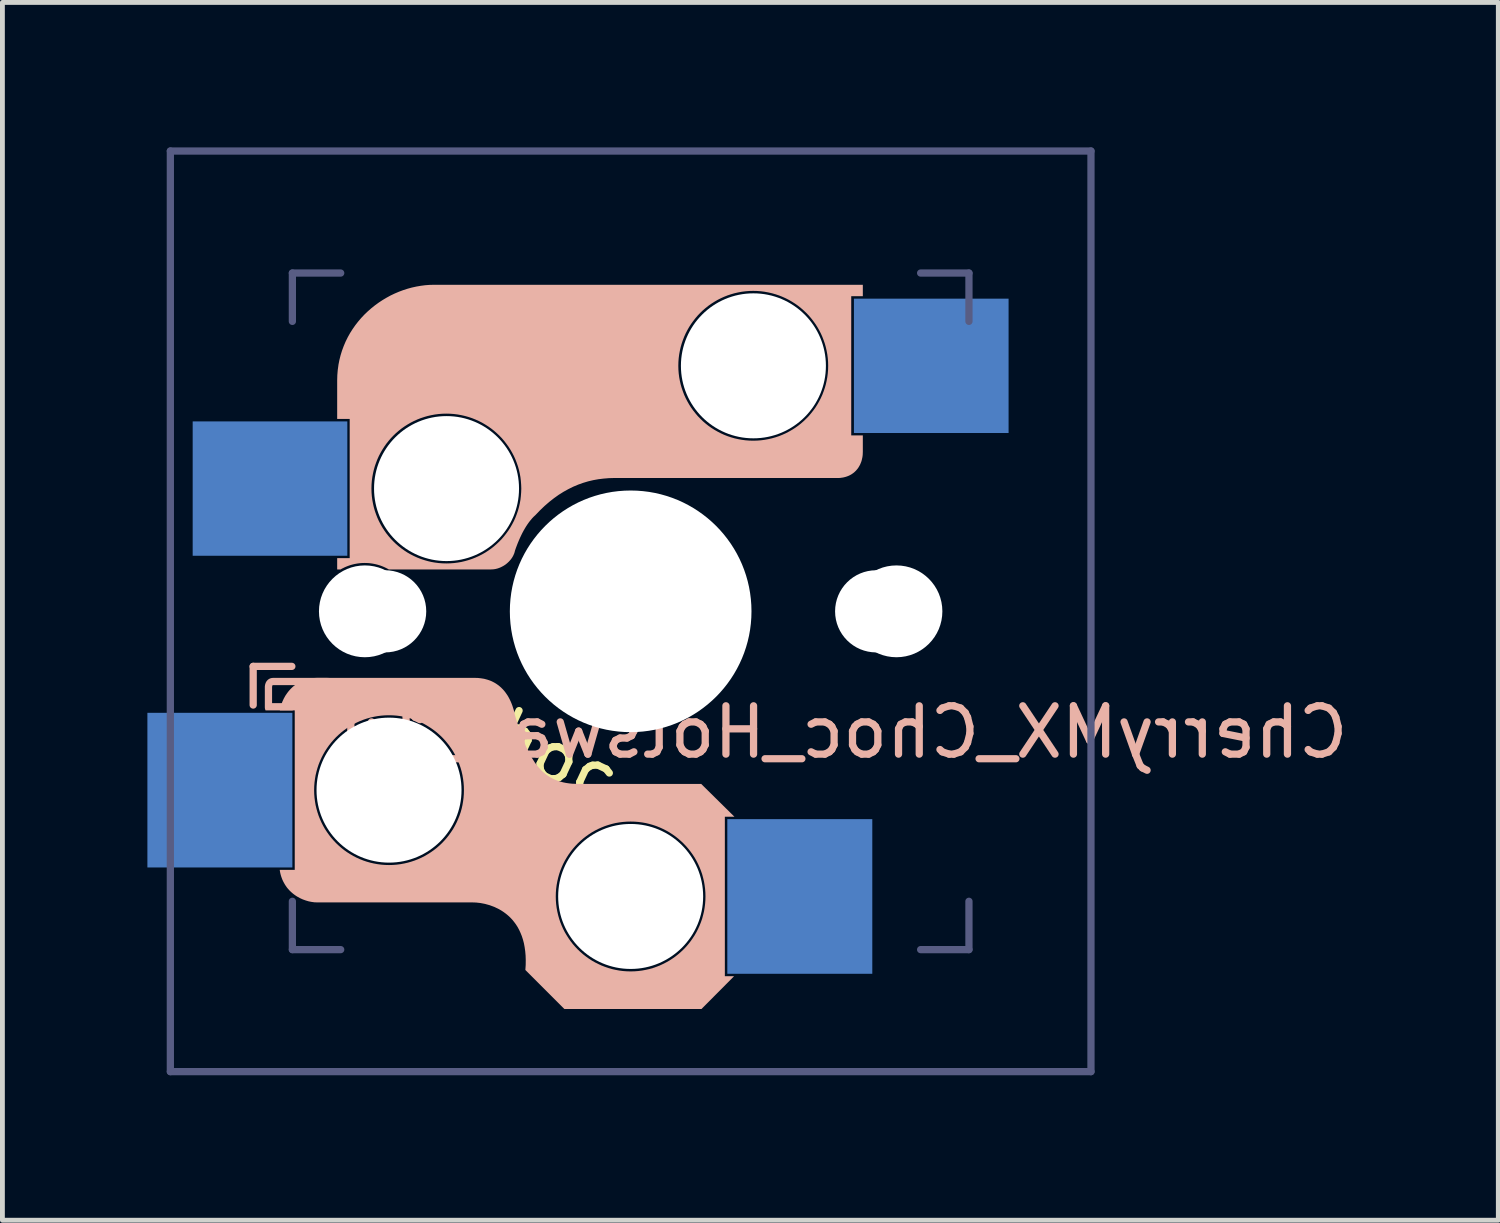
<source format=kicad_pcb>
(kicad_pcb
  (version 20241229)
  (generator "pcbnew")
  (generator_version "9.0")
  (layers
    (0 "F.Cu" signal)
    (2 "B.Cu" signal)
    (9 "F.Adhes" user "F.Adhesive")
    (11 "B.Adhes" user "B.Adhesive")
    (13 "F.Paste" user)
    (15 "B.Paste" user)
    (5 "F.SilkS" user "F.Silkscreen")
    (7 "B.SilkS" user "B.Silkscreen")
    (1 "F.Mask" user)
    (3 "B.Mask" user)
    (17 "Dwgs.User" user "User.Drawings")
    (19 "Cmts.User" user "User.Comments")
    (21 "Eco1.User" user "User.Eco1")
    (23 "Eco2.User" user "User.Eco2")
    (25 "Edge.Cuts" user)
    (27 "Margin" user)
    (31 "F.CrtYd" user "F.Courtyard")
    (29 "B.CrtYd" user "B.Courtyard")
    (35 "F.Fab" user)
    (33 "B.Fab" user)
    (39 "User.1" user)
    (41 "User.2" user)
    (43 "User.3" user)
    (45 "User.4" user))
  (footprint "CherryMX_Choc_Hotswap_1u"
    (layer "F.Cu")
    (at 10 9.6)
    (property "Reference" "CherryMX_Choc_Hotswap_1u" (at 4.4 2.5 0) (unlocked yes) (layer "B.SilkS") (effects (font (size 1 1) (thickness 0.15)) (justify mirror)))
    (attr through_hole)
    (fp_line (start -7.811 1.139) (end -7.011 1.139) (stroke (width 0.15) (type solid)) (layer "B.SilkS"))
    (fp_line (start -7.811 1.939) (end -7.811 1.139) (stroke (width 0.15) (type solid)) (layer "B.SilkS"))
    (fp_poly (pts (xy -6.26 1.378) (xy -6.301 1.381) (xy -6.34 1.386) (xy -6.379 1.393) (xy -6.416 1.401) (xy -6.452 1.411) (xy -6.487 1.422) (xy -6.521 1.435) (xy -6.554 1.45) (xy -6.586 1.466) (xy -6.616 1.484) (xy -6.646 1.502) (xy -6.674 1.522) (xy -6.702 1.543) (xy -6.728 1.565) (xy -6.753 1.589) (xy -6.777 1.613) (xy -6.799 1.638) (xy -6.841 1.691) (xy -6.879 1.746) (xy -6.911 1.804) (xy -6.939 1.864) (xy -6.962 1.925) (xy -6.98 1.987) (xy -6.993 2.05) (xy -7.555 2.05) (xy -7.557 2.046) (xy -7.558 2.042) (xy -7.56 2.038) (xy -7.561 2.034) (xy -7.563 2.03) (xy -7.564 2.026) (xy -7.565 2.022) (xy -7.566 2.018) (xy -7.567 2.014) (xy -7.568 2.01) (xy -7.568 2.006) (xy -7.569 2.002) (xy -7.569 1.997) (xy -7.57 1.993) (xy -7.57 1.989) (xy -7.57 1.985) (xy -7.57 1.571) (xy -7.42 1.571) (xy -7.42 1.9) (xy -7.111 1.9) (xy -7.103 1.875) (xy -7.095 1.85) (xy -7.086 1.825) (xy -7.076 1.8) (xy -7.065 1.776) (xy -7.054 1.752) (xy -7.042 1.728) (xy -7.029 1.704) (xy -7.015 1.681) (xy -7.001 1.657) (xy -6.987 1.635) (xy -6.971 1.612) (xy -6.955 1.59) (xy -6.939 1.569) (xy -6.921 1.548) (xy -6.903 1.527) (xy -7.399 1.527) (xy -7.401 1.527) (xy -7.403 1.527) (xy -7.404 1.528) (xy -7.405 1.528) (xy -7.407 1.528) (xy -7.408 1.529) (xy -7.409 1.53) (xy -7.41 1.531) (xy -7.411 1.532) (xy -7.412 1.533) (xy -7.413 1.534) (xy -7.414 1.535) (xy -7.414 1.536) (xy -7.415 1.538) (xy -7.416 1.539) (xy -7.416 1.541) (xy -7.417 1.542) (xy -7.417 1.544) (xy -7.417 1.545) (xy -7.418 1.547) (xy -7.418 1.549) (xy -7.418 1.551) (xy -7.419 1.555) (xy -7.419 1.558) (xy -7.419 1.562) (xy -7.42 1.566) (xy -7.42 1.571) (xy -7.57 1.571) (xy -7.57 1.559) (xy -7.569 1.549) (xy -7.568 1.538) (xy -7.566 1.528) (xy -7.564 1.518) (xy -7.562 1.508) (xy -7.559 1.499) (xy -7.556 1.49) (xy -7.553 1.481) (xy -7.549 1.473) (xy -7.545 1.465) (xy -7.54 1.457) (xy -7.536 1.449) (xy -7.531 1.442) (xy -7.525 1.436) (xy -7.519 1.429) (xy -7.514 1.423) (xy -7.507 1.417) (xy -7.501 1.412) (xy -7.494 1.407) (xy -7.487 1.402) (xy -7.48 1.398) (xy -7.473 1.394) (xy -7.465 1.391) (xy -7.458 1.388) (xy -7.45 1.385) (xy -7.442 1.383) (xy -7.433 1.381) (xy -7.425 1.379) (xy -7.417 1.378) (xy -7.408 1.378) (xy -7.399 1.377) (xy -6.219 1.377)) (stroke (width -0.000001) (type solid)) (fill yes) (layer "B.SilkS"))
    (fp_poly (pts (xy -3.157 1.379) (xy -3.095 1.386) (xy -3.032 1.396) (xy -2.969 1.413) (xy -2.938 1.423) (xy -2.907 1.434) (xy -2.876 1.447) (xy -2.846 1.462) (xy -2.816 1.478) (xy -2.786 1.496) (xy -2.757 1.516) (xy -2.728 1.537) (xy -2.7 1.561) (xy -2.673 1.586) (xy -2.646 1.613) (xy -2.62 1.642) (xy -2.595 1.673) (xy -2.571 1.707) (xy -2.547 1.742) (xy -2.525 1.78) (xy -2.504 1.82) (xy -2.484 1.862) (xy -2.465 1.907) (xy -2.447 1.954) (xy -2.431 2.004) (xy -2.415 2.056) (xy -2.402 2.111) (xy -2.389 2.168) (xy -2.336 2.34) (xy -2.281 2.5) (xy -2.226 2.649) (xy -2.169 2.787) (xy -2.11 2.913) (xy -2.047 3.028) (xy -1.981 3.132) (xy -1.909 3.225) (xy -1.871 3.267) (xy -1.832 3.307) (xy -1.791 3.343) (xy -1.749 3.377) (xy -1.704 3.409) (xy -1.658 3.437) (xy -1.61 3.463) (xy -1.56 3.486) (xy -1.508 3.506) (xy -1.453 3.524) (xy -1.396 3.539) (xy -1.337 3.551) (xy -1.275 3.56) (xy -1.211 3.567) (xy -1.074 3.572) (xy 1.46 3.572) (xy 2.147 4.25) (xy 1.949 4.25) (xy 1.949 7.55) (xy 2.14 7.55) (xy 1.465 8.229) (xy -1.372 8.229) (xy -2.179 7.421) (xy -2.172 7.317) (xy -2.171 7.217) (xy -2.174 7.123) (xy -2.182 7.033) (xy -2.194 6.948) (xy -2.209 6.868) (xy -2.229 6.792) (xy -2.252 6.721) (xy -2.279 6.654) (xy -2.308 6.591) (xy -2.34 6.532) (xy -2.375 6.477) (xy -2.413 6.426) (xy -2.452 6.378) (xy -2.494 6.334) (xy -2.537 6.294) (xy -2.582 6.257) (xy -2.628 6.223) (xy -2.675 6.192) (xy -2.723 6.164) (xy -2.82 6.117) (xy -2.917 6.081) (xy -3.014 6.054) (xy -3.107 6.036) (xy -3.195 6.026) (xy -3.277 6.023) (xy -6.485 6.023) (xy -6.543 6.021) (xy -6.602 6.013) (xy -6.663 6.001) (xy -6.724 5.983) (xy -6.785 5.961) (xy -6.846 5.933) (xy -6.905 5.9) (xy -6.905 5.9) (xy -1.55 5.9) (xy -1.548 5.979) (xy -1.542 6.058) (xy -1.532 6.136) (xy -1.518 6.212) (xy -1.501 6.287) (xy -1.48 6.361) (xy -1.456 6.433) (xy -1.428 6.503) (xy -1.397 6.572) (xy -1.363 6.639) (xy -1.325 6.703) (xy -1.285 6.766) (xy -1.242 6.827) (xy -1.196 6.886) (xy -1.147 6.942) (xy -1.096 6.996) (xy -1.042 7.047) (xy -0.986 7.096) (xy -0.927 7.142) (xy -0.867 7.185) (xy -0.804 7.226) (xy -0.739 7.263) (xy -0.672 7.297) (xy -0.603 7.329) (xy -0.533 7.356) (xy -0.461 7.381) (xy -0.388 7.402) (xy -0.313 7.419) (xy -0.236 7.433) (xy -0.159 7.443) (xy -0.08 7.449) (xy -0.001 7.451) (xy 0.079 7.449) (xy 0.157 7.443) (xy 0.235 7.433) (xy 0.311 7.419) (xy 0.386 7.402) (xy 0.46 7.381) (xy 0.532 7.356) (xy 0.602 7.329) (xy 0.67 7.297) (xy 0.737 7.263) (xy 0.802 7.226) (xy 0.865 7.185) (xy 0.926 7.142) (xy 0.984 7.096) (xy 1.04 7.047) (xy 1.094 6.996) (xy 1.146 6.942) (xy 1.194 6.886) (xy 1.24 6.827) (xy 1.283 6.766) (xy 1.324 6.703) (xy 1.361 6.639) (xy 1.395 6.572) (xy 1.426 6.503) (xy 1.454 6.433) (xy 1.479 6.361) (xy 1.499 6.287) (xy 1.517 6.212) (xy 1.53 6.136) (xy 1.54 6.058) (xy 1.546 5.979) (xy 1.548 5.9) (xy 1.546 5.82) (xy 1.54 5.741) (xy 1.53 5.664) (xy 1.517 5.588) (xy 1.499 5.513) (xy 1.479 5.439) (xy 1.454 5.367) (xy 1.426 5.297) (xy 1.395 5.228) (xy 1.361 5.161) (xy 1.324 5.096) (xy 1.283 5.033) (xy 1.24 4.973) (xy 1.194 4.914) (xy 1.146 4.858) (xy 1.094 4.804) (xy 1.04 4.753) (xy 0.984 4.704) (xy 0.926 4.658) (xy 0.865 4.615) (xy 0.802 4.574) (xy 0.737 4.537) (xy 0.67 4.503) (xy 0.602 4.472) (xy 0.532 4.444) (xy 0.46 4.42) (xy 0.386 4.399) (xy 0.311 4.381) (xy 0.235 4.368) (xy 0.157 4.358) (xy 0.079 4.352) (xy -0.001 4.35) (xy -0.08 4.352) (xy -0.159 4.358) (xy -0.236 4.368) (xy -0.313 4.381) (xy -0.388 4.399) (xy -0.461 4.42) (xy -0.533 4.444) (xy -0.603 4.472) (xy -0.672 4.503) (xy -0.739 4.537) (xy -0.804 4.574) (xy -0.867 4.615) (xy -0.927 4.658) (xy -0.986 4.704) (xy -1.042 4.753) (xy -1.096 4.804) (xy -1.147 4.858) (xy -1.196 4.914) (xy -1.242 4.973) (xy -1.285 5.033) (xy -1.325 5.096) (xy -1.363 5.161) (xy -1.397 5.228) (xy -1.428 5.297) (xy -1.456 5.367) (xy -1.48 5.439) (xy -1.501 5.513) (xy -1.518 5.588) (xy -1.532 5.664) (xy -1.542 5.741) (xy -1.548 5.82) (xy -1.55 5.9) (xy -6.905 5.9) (xy -6.934 5.881) (xy -6.962 5.861) (xy -6.989 5.84) (xy -7.016 5.817) (xy -7.042 5.793) (xy -7.067 5.768) (xy -7.091 5.741) (xy -7.114 5.713) (xy -7.135 5.683) (xy -7.155 5.652) (xy -7.174 5.619) (xy -7.192 5.585) (xy -7.208 5.55) (xy -7.222 5.513) (xy -7.235 5.475) (xy -7.246 5.435) (xy -7.255 5.393) (xy -7.262 5.35) (xy -6.951 5.35) (xy -6.951 3.7) (xy -6.55 3.7) (xy -6.548 3.78) (xy -6.542 3.858) (xy -6.532 3.936) (xy -6.519 4.012) (xy -6.501 4.087) (xy -6.48 4.161) (xy -6.456 4.233) (xy -6.428 4.303) (xy -6.397 4.372) (xy -6.363 4.439) (xy -6.326 4.504) (xy -6.285 4.566) (xy -6.242 4.627) (xy -6.196 4.686) (xy -6.147 4.742) (xy -6.096 4.796) (xy -6.042 4.847) (xy -5.986 4.896) (xy -5.928 4.942) (xy -5.867 4.985) (xy -5.804 5.025) (xy -5.739 5.063) (xy -5.672 5.097) (xy -5.604 5.128) (xy -5.533 5.156) (xy -5.462 5.18) (xy -5.388 5.201) (xy -5.313 5.218) (xy -5.237 5.232) (xy -5.159 5.242) (xy -5.081 5.248) (xy -5.001 5.25) (xy -4.921 5.248) (xy -4.842 5.242) (xy -4.765 5.232) (xy -4.688 5.218) (xy -4.613 5.201) (xy -4.54 5.18) (xy -4.468 5.156) (xy -4.397 5.128) (xy -4.328 5.097) (xy -4.261 5.063) (xy -4.197 5.025) (xy -4.134 4.985) (xy -4.073 4.942) (xy -4.014 4.896) (xy -3.958 4.847) (xy -3.904 4.796) (xy -3.853 4.742) (xy -3.804 4.686) (xy -3.758 4.627) (xy -3.715 4.566) (xy -3.674 4.504) (xy -3.637 4.439) (xy -3.603 4.372) (xy -3.572 4.303) (xy -3.544 4.233) (xy -3.519 4.161) (xy -3.498 4.087) (xy -3.481 4.012) (xy -3.468 3.936) (xy -3.458 3.858) (xy -3.452 3.78) (xy -3.45 3.7) (xy -3.452 3.62) (xy -3.458 3.542) (xy -3.468 3.464) (xy -3.481 3.388) (xy -3.498 3.313) (xy -3.519 3.239) (xy -3.544 3.167) (xy -3.572 3.097) (xy -3.603 3.028) (xy -3.637 2.962) (xy -3.674 2.897) (xy -3.715 2.834) (xy -3.758 2.773) (xy -3.804 2.715) (xy -3.853 2.658) (xy -3.904 2.604) (xy -3.958 2.553) (xy -4.014 2.504) (xy -4.073 2.458) (xy -4.134 2.415) (xy -4.197 2.375) (xy -4.261 2.337) (xy -4.328 2.303) (xy -4.397 2.272) (xy -4.468 2.244) (xy -4.54 2.22) (xy -4.613 2.199) (xy -4.688 2.182) (xy -4.765 2.168) (xy -4.842 2.158) (xy -4.921 2.152) (xy -5.001 2.15) (xy -5.081 2.152) (xy -5.159 2.158) (xy -5.237 2.168) (xy -5.313 2.182) (xy -5.388 2.199) (xy -5.462 2.22) (xy -5.533 2.244) (xy -5.604 2.272) (xy -5.672 2.303) (xy -5.739 2.337) (xy -5.804 2.375) (xy -5.867 2.415) (xy -5.928 2.458) (xy -5.986 2.504) (xy -6.042 2.553) (xy -6.096 2.604) (xy -6.147 2.658) (xy -6.196 2.715) (xy -6.242 2.773) (xy -6.285 2.834) (xy -6.326 2.897) (xy -6.363 2.962) (xy -6.397 3.028) (xy -6.428 3.097) (xy -6.456 3.167) (xy -6.48 3.239) (xy -6.501 3.313) (xy -6.519 3.388) (xy -6.532 3.464) (xy -6.542 3.542) (xy -6.548 3.62) (xy -6.55 3.7) (xy -6.951 3.7) (xy -6.951 2.05) (xy -7.259 2.05) (xy -7.246 1.987) (xy -7.228 1.925) (xy -7.205 1.864) (xy -7.177 1.804) (xy -7.145 1.746) (xy -7.107 1.691) (xy -7.087 1.664) (xy -7.065 1.638) (xy -7.043 1.613) (xy -7.019 1.589) (xy -6.994 1.565) (xy -6.968 1.543) (xy -6.94 1.522) (xy -6.912 1.502) (xy -6.882 1.484) (xy -6.852 1.466) (xy -6.82 1.45) (xy -6.787 1.435) (xy -6.753 1.422) (xy -6.718 1.411) (xy -6.682 1.401) (xy -6.645 1.393) (xy -6.606 1.386) (xy -6.567 1.381) (xy -6.527 1.378) (xy -6.485 1.377) (xy -3.219 1.377)) (stroke (width -0.000001) (type solid)) (fill yes) (layer "B.SilkS"))
    (fp_poly (pts (xy 4.804 -6.521) (xy 4.564 -6.521) (xy 4.564 -3.641) (xy 4.804 -3.641) (xy 4.804 -3.303) (xy 4.803 -3.273) (xy 4.802 -3.244) (xy 4.799 -3.216) (xy 4.795 -3.188) (xy 4.789 -3.161) (xy 4.783 -3.134) (xy 4.776 -3.108) (xy 4.767 -3.083) (xy 4.757 -3.059) (xy 4.747 -3.035) (xy 4.735 -3.013) (xy 4.722 -2.991) (xy 4.709 -2.969) (xy 4.694 -2.949) (xy 4.678 -2.93) (xy 4.662 -2.911) (xy 4.644 -2.894) (xy 4.626 -2.877) (xy 4.606 -2.861) (xy 4.586 -2.847) (xy 4.565 -2.833) (xy 4.543 -2.821) (xy 4.52 -2.809) (xy 4.496 -2.799) (xy 4.472 -2.79) (xy 4.447 -2.782) (xy 4.42 -2.775) (xy 4.394 -2.769) (xy 4.366 -2.765) (xy 4.338 -2.761) (xy 4.309 -2.759) (xy 4.279 -2.759) (xy -0.34 -2.759) (xy -0.449 -2.756) (xy -0.558 -2.747) (xy -0.666 -2.734) (xy -0.772 -2.715) (xy -0.878 -2.69) (xy -0.982 -2.659) (xy -1.086 -2.622) (xy -1.188 -2.579) (xy -1.289 -2.529) (xy -1.39 -2.473) (xy -1.489 -2.411) (xy -1.587 -2.341) (xy -1.685 -2.264) (xy -1.782 -2.18) (xy -1.877 -2.089) (xy -1.972 -1.99) (xy -2.007 -1.958) (xy -2.04 -1.923) (xy -2.072 -1.885) (xy -2.103 -1.846) (xy -2.133 -1.804) (xy -2.162 -1.76) (xy -2.19 -1.714) (xy -2.217 -1.667) (xy -2.243 -1.618) (xy -2.267 -1.569) (xy -2.291 -1.518) (xy -2.313 -1.467) (xy -2.335 -1.415) (xy -2.355 -1.363) (xy -2.375 -1.31) (xy -2.393 -1.258) (xy -2.398 -1.239) (xy -2.403 -1.219) (xy -2.409 -1.2) (xy -2.417 -1.182) (xy -2.425 -1.163) (xy -2.434 -1.145) (xy -2.444 -1.127) (xy -2.455 -1.109) (xy -2.467 -1.092) (xy -2.479 -1.075) (xy -2.493 -1.059) (xy -2.507 -1.043) (xy -2.521 -1.028) (xy -2.537 -1.013) (xy -2.553 -0.998) (xy -2.569 -0.985) (xy -2.586 -0.971) (xy -2.604 -0.959) (xy -2.622 -0.947) (xy -2.641 -0.936) (xy -2.66 -0.926) (xy -2.679 -0.916) (xy -2.699 -0.907) (xy -2.719 -0.899) (xy -2.739 -0.892) (xy -2.76 -0.885) (xy -2.781 -0.88) (xy -2.802 -0.875) (xy -2.823 -0.872) (xy -2.845 -0.869) (xy -2.867 -0.868) (xy -2.888 -0.867) (xy -5.005 -0.867) (xy -5.033 -0.883) (xy -5.061 -0.897) (xy -5.09 -0.911) (xy -5.119 -0.924) (xy -5.149 -0.936) (xy -5.179 -0.947) (xy -5.21 -0.957) (xy -5.241 -0.966) (xy -5.273 -0.974) (xy -5.305 -0.981) (xy -5.337 -0.987) (xy -5.37 -0.992) (xy -5.403 -0.996) (xy -5.436 -0.999) (xy -5.469 -1) (xy -5.503 -1.001) (xy -5.537 -1) (xy -5.571 -0.999) (xy -5.604 -0.996) (xy -5.638 -0.992) (xy -5.67 -0.987) (xy -5.703 -0.981) (xy -5.735 -0.974) (xy -5.766 -0.966) (xy -5.797 -0.957) (xy -5.828 -0.947) (xy -5.858 -0.936) (xy -5.888 -0.924) (xy -5.918 -0.911) (xy -5.946 -0.897) (xy -5.975 -0.883) (xy -6.002 -0.867) (xy -6.073 -0.867) (xy -6.073 -1.101) (xy -5.814 -1.101) (xy -5.814 -2.541) (xy -5.364 -2.541) (xy -5.362 -2.461) (xy -5.356 -2.383) (xy -5.346 -2.305) (xy -5.332 -2.229) (xy -5.315 -2.154) (xy -5.294 -2.08) (xy -5.269 -2.008) (xy -5.242 -1.938) (xy -5.211 -1.869) (xy -5.176 -1.802) (xy -5.139 -1.737) (xy -5.099 -1.675) (xy -5.056 -1.614) (xy -5.009 -1.555) (xy -4.961 -1.499) (xy -4.909 -1.445) (xy -4.856 -1.394) (xy -4.799 -1.345) (xy -4.741 -1.299) (xy -4.68 -1.256) (xy -4.617 -1.215) (xy -4.552 -1.178) (xy -4.485 -1.144) (xy -4.417 -1.113) (xy -4.346 -1.085) (xy -4.274 -1.061) (xy -4.201 -1.04) (xy -4.126 -1.022) (xy -4.05 -1.009) (xy -3.972 -0.999) (xy -3.894 -0.993) (xy -3.814 -0.991) (xy -3.734 -0.993) (xy -3.655 -0.999) (xy -3.578 -1.009) (xy -3.502 -1.022) (xy -3.427 -1.04) (xy -3.353 -1.061) (xy -3.281 -1.085) (xy -3.211 -1.113) (xy -3.142 -1.144) (xy -3.075 -1.178) (xy -3.01 -1.215) (xy -2.947 -1.256) (xy -2.886 -1.299) (xy -2.828 -1.345) (xy -2.772 -1.394) (xy -2.718 -1.445) (xy -2.666 -1.499) (xy -2.618 -1.555) (xy -2.572 -1.614) (xy -2.528 -1.675) (xy -2.488 -1.737) (xy -2.451 -1.802) (xy -2.416 -1.869) (xy -2.385 -1.938) (xy -2.358 -2.008) (xy -2.333 -2.08) (xy -2.312 -2.154) (xy -2.295 -2.229) (xy -2.281 -2.305) (xy -2.272 -2.383) (xy -2.266 -2.461) (xy -2.263 -2.541) (xy -2.266 -2.621) (xy -2.272 -2.7) (xy -2.281 -2.777) (xy -2.295 -2.853) (xy -2.312 -2.928) (xy -2.333 -3.002) (xy -2.358 -3.074) (xy -2.385 -3.144) (xy -2.416 -3.213) (xy -2.451 -3.28) (xy -2.488 -3.344) (xy -2.528 -3.407) (xy -2.572 -3.468) (xy -2.618 -3.527) (xy -2.666 -3.583) (xy -2.718 -3.637) (xy -2.772 -3.688) (xy -2.828 -3.737) (xy -2.886 -3.783) (xy -2.947 -3.826) (xy -3.01 -3.866) (xy -3.075 -3.904) (xy -3.142 -3.938) (xy -3.211 -3.969) (xy -3.281 -3.997) (xy -3.353 -4.021) (xy -3.427 -4.042) (xy -3.502 -4.059) (xy -3.578 -4.073) (xy -3.655 -4.083) (xy -3.734 -4.089) (xy -3.814 -4.091) (xy -3.894 -4.089) (xy -3.972 -4.083) (xy -4.05 -4.073) (xy -4.126 -4.059) (xy -4.201 -4.042) (xy -4.274 -4.021) (xy -4.346 -3.997) (xy -4.417 -3.969) (xy -4.485 -3.938) (xy -4.552 -3.904) (xy -4.617 -3.866) (xy -4.68 -3.826) (xy -4.741 -3.783) (xy -4.799 -3.737) (xy -4.856 -3.688) (xy -4.909 -3.637) (xy -4.961 -3.583) (xy -5.009 -3.527) (xy -5.056 -3.468) (xy -5.099 -3.407) (xy -5.139 -3.344) (xy -5.176 -3.28) (xy -5.211 -3.213) (xy -5.242 -3.144) (xy -5.269 -3.074) (xy -5.294 -3.002) (xy -5.315 -2.928) (xy -5.332 -2.853) (xy -5.346 -2.777) (xy -5.356 -2.7) (xy -5.362 -2.621) (xy -5.364 -2.541) (xy -5.814 -2.541) (xy -5.814 -3.981) (xy -6.073 -3.981) (xy -6.073 -4.779) (xy -6.07 -4.888) (xy -6.061 -4.995) (xy -6.049 -5.081) (xy 0.986 -5.081) (xy 0.988 -5.001) (xy 0.994 -4.923) (xy 1.004 -4.845) (xy 1.018 -4.769) (xy 1.035 -4.694) (xy 1.056 -4.621) (xy 1.081 -4.549) (xy 1.108 -4.478) (xy 1.139 -4.41) (xy 1.174 -4.343) (xy 1.211 -4.278) (xy 1.251 -4.215) (xy 1.295 -4.154) (xy 1.341 -4.096) (xy 1.389 -4.039) (xy 1.441 -3.986) (xy 1.494 -3.934) (xy 1.551 -3.885) (xy 1.609 -3.839) (xy 1.67 -3.796) (xy 1.733 -3.756) (xy 1.798 -3.719) (xy 1.865 -3.684) (xy 1.933 -3.653) (xy 2.004 -3.625) (xy 2.076 -3.601) (xy 2.149 -3.58) (xy 2.224 -3.563) (xy 2.3 -3.549) (xy 2.378 -3.539) (xy 2.456 -3.533) (xy 2.536 -3.531) (xy 2.616 -3.533) (xy 2.695 -3.539) (xy 2.772 -3.549) (xy 2.848 -3.563) (xy 2.923 -3.58) (xy 2.997 -3.601) (xy 3.069 -3.625) (xy 3.139 -3.653) (xy 3.208 -3.684) (xy 3.275 -3.719) (xy 3.34 -3.756) (xy 3.403 -3.796) (xy 3.464 -3.839) (xy 3.522 -3.885) (xy 3.578 -3.934) (xy 3.632 -3.986) (xy 3.684 -4.039) (xy 3.732 -4.096) (xy 3.778 -4.154) (xy 3.822 -4.215) (xy 3.862 -4.278) (xy 3.899 -4.343) (xy 3.934 -4.41) (xy 3.965 -4.478) (xy 3.992 -4.549) (xy 4.017 -4.621) (xy 4.038 -4.694) (xy 4.055 -4.769) (xy 4.069 -4.845) (xy 4.079 -4.923) (xy 4.085 -5.001) (xy 4.087 -5.081) (xy 4.085 -5.161) (xy 4.079 -5.24) (xy 4.069 -5.317) (xy 4.055 -5.393) (xy 4.038 -5.468) (xy 4.017 -5.542) (xy 3.992 -5.614) (xy 3.965 -5.684) (xy 3.934 -5.753) (xy 3.899 -5.82) (xy 3.862 -5.885) (xy 3.822 -5.947) (xy 3.778 -6.008) (xy 3.732 -6.067) (xy 3.684 -6.123) (xy 3.632 -6.177) (xy 3.578 -6.228) (xy 3.522 -6.277) (xy 3.464 -6.323) (xy 3.403 -6.366) (xy 3.34 -6.406) (xy 3.275 -6.444) (xy 3.208 -6.478) (xy 3.139 -6.509) (xy 3.069 -6.537) (xy 2.997 -6.561) (xy 2.923 -6.582) (xy 2.848 -6.599) (xy 2.772 -6.613) (xy 2.695 -6.623) (xy 2.616 -6.629) (xy 2.536 -6.631) (xy 2.456 -6.629) (xy 2.378 -6.623) (xy 2.3 -6.613) (xy 2.224 -6.599) (xy 2.149 -6.582) (xy 2.076 -6.561) (xy 2.004 -6.537) (xy 1.933 -6.509) (xy 1.865 -6.478) (xy 1.798 -6.444) (xy 1.733 -6.406) (xy 1.67 -6.366) (xy 1.609 -6.323) (xy 1.551 -6.277) (xy 1.494 -6.228) (xy 1.441 -6.177) (xy 1.389 -6.123) (xy 1.341 -6.067) (xy 1.295 -6.008) (xy 1.251 -5.947) (xy 1.211 -5.885) (xy 1.174 -5.82) (xy 1.139 -5.753) (xy 1.108 -5.684) (xy 1.081 -5.614) (xy 1.056 -5.542) (xy 1.035 -5.468) (xy 1.018 -5.393) (xy 1.004 -5.317) (xy 0.994 -5.24) (xy 0.988 -5.161) (xy 0.986 -5.081) (xy -6.049 -5.081) (xy -6.047 -5.099) (xy -6.027 -5.201) (xy -6.002 -5.3) (xy -5.972 -5.397) (xy -5.937 -5.491) (xy -5.898 -5.583) (xy -5.854 -5.672) (xy -5.806 -5.758) (xy -5.754 -5.84) (xy -5.698 -5.92) (xy -5.638 -5.997) (xy -5.575 -6.071) (xy -5.509 -6.141) (xy -5.439 -6.208) (xy -5.367 -6.271) (xy -5.292 -6.331) (xy -5.214 -6.388) (xy -5.135 -6.44) (xy -5.053 -6.489) (xy -4.969 -6.535) (xy -4.883 -6.576) (xy -4.796 -6.613) (xy -4.708 -6.646) (xy -4.618 -6.675) (xy -4.527 -6.7) (xy -4.436 -6.72) (xy -4.344 -6.736) (xy -4.252 -6.748) (xy -4.16 -6.755) (xy -4.067 -6.757) (xy 4.804 -6.757)) (stroke (width -0.000001) (type solid)) (fill yes) (layer "B.SilkS"))
    (fp_line (start -9.525 -9.525) (end 9.525 -9.525) (stroke (width 0.15) (type solid)) (layer "B.Fab"))
    (fp_line (start -9.525 9.525) (end -9.525 -9.525) (stroke (width 0.15) (type solid)) (layer "B.Fab"))
    (fp_line (start -7 -7) (end -6 -7) (stroke (width 0.15) (type solid)) (layer "B.Fab"))
    (fp_line (start -7 -6) (end -7 -7) (stroke (width 0.15) (type solid)) (layer "B.Fab"))
    (fp_line (start -7 6) (end -7 7) (stroke (width 0.15) (type solid)) (layer "B.Fab"))
    (fp_line (start -7 7) (end -6 7) (stroke (width 0.15) (type solid)) (layer "B.Fab"))
    (fp_line (start 6 7) (end 7 7) (stroke (width 0.15) (type solid)) (layer "B.Fab"))
    (fp_line (start 7 -7) (end 6 -7) (stroke (width 0.15) (type solid)) (layer "B.Fab"))
    (fp_line (start 7 -7) (end 7 -6) (stroke (width 0.15) (type solid)) (layer "B.Fab"))
    (fp_line (start 7 7) (end 7 6) (stroke (width 0.15) (type solid)) (layer "B.Fab"))
    (fp_line (start 9.525 -9.525) (end 9.525 9.525) (stroke (width 0.15) (type solid)) (layer "B.Fab"))
    (fp_line (start 9.525 9.525) (end -9.525 9.525) (stroke (width 0.15) (type solid)) (layer "B.Fab"))
    (fp_text user "MX" (at -0.635 -3.81 25) (unlocked yes) (layer "F.SilkS") (effects (font (size 1 1) (thickness 0.15))))
    (fp_text user "Choc" (at -2 2.8 335) (unlocked yes) (layer "F.SilkS") (effects (font (size 1 1) (thickness 0.15))))
    (pad "" np_thru_hole circle (at -5.5 0 90) (size 1.9 1.9) (drill 1.9) (layers "*.Cu" "*.Mask"))
    (pad "" np_thru_hole circle (at -5.08 0) (size 1.7 1.7) (drill 1.7) (layers "*.Cu" "*.Mask"))
    (pad "" np_thru_hole circle (at -5 3.7 90) (size 3 3) (drill 3) (layers "*.Cu" "*.Mask"))
    (pad "" np_thru_hole circle (at -3.81 -2.54) (size 3 3) (drill 3) (layers "*.Cu" "*.Mask"))
    (pad "" np_thru_hole circle (at 0 0 90) (size 5 5) (drill 5) (layers "*.Cu"))
    (pad "" np_thru_hole circle (at 0 5.9 90) (size 3 3) (drill 3) (layers "*.Cu" "*.Mask"))
    (pad "" np_thru_hole circle (at 2.54 -5.08) (size 3 3) (drill 3) (layers "*.Cu" "*.Mask"))
    (pad "" np_thru_hole circle (at 5.08 0) (size 1.7 1.7) (drill 1.7) (layers "*.Cu" "*.Mask"))
    (pad "" np_thru_hole circle (at 5.5 0 90) (size 1.9 1.9) (drill 1.9) (layers "*.Cu" "*.Mask"))
    (pad "1" smd rect (at -8.3 3.7 180) (size 3 3.2) (drill (offset 0.2 0)) (layers "B.Cu" "B.Mask" "B.Paste"))
    (pad "1" smd rect (at -7.085 -2.54 180) (size 3.2 2.78) (drill (offset 0.378 0)) (layers "B.Cu" "B.Mask" "B.Paste"))
    (pad "2" smd rect (at 3.3 5.9 180) (size 3 3.2) (drill (offset -0.2 0)) (layers "B.Cu" "B.Mask" "B.Paste"))
    (pad "2" smd rect (at 5.842 -5.08 180) (size 3.2 2.78) (drill (offset -0.378 0)) (layers "B.Cu" "B.Mask" "B.Paste")))
  (gr_rect
    (start -3 -3)
    (end 27.954 22.2)
    (stroke (width 0.1) (type default))
    (fill no)
    (layer "Edge.Cuts")))
</source>
